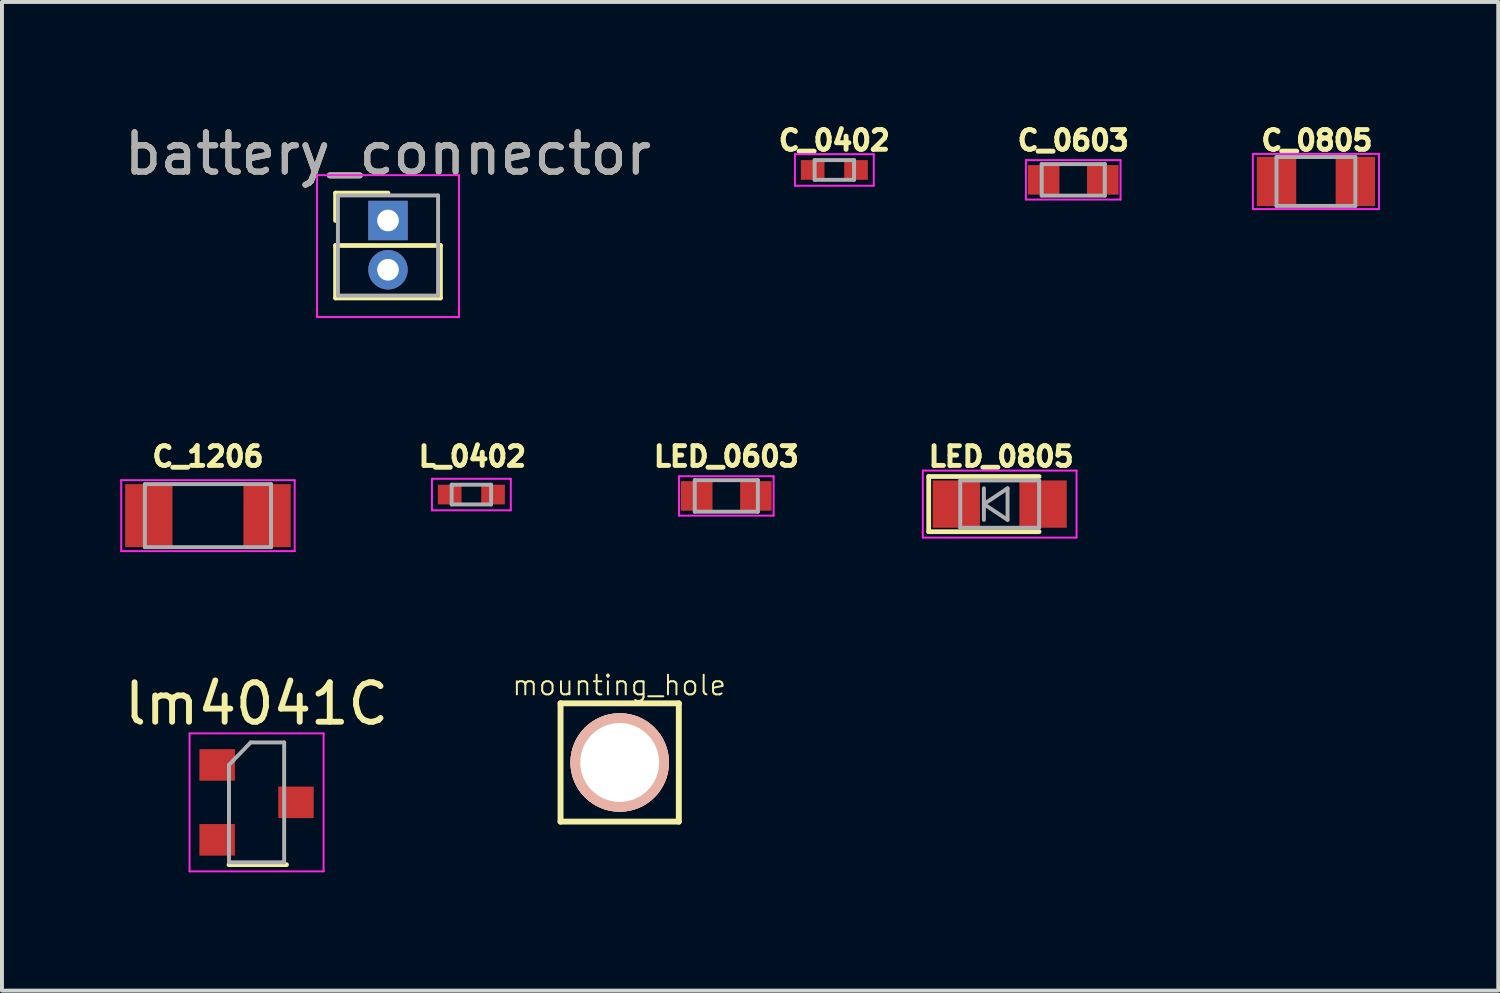
<source format=kicad_pcb>
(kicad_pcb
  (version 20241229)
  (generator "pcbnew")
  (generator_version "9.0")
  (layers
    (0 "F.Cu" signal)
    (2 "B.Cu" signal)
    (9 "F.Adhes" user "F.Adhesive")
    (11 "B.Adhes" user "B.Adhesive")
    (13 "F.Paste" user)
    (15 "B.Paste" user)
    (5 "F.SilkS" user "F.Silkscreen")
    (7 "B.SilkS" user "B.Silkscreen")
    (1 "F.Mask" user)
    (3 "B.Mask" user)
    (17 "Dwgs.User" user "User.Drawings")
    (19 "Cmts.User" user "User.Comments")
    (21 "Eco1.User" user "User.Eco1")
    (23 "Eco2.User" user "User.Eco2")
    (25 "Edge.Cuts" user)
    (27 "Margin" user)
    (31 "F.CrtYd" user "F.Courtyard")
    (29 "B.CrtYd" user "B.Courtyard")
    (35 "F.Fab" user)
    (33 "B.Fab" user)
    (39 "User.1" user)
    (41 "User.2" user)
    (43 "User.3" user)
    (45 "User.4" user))
  (footprint "LED_0603"
    (layer "F.Cu")
    (at 15.374 9.53)
    (property "Reference" "LED_0603" (at 0 -1 0) (layer "F.SilkS") (effects (font (size 0.5 0.5) (thickness 0.125))))
    (attr smd)
    (fp_line (start -1.2 -0.5) (end -1.2 0.5) (stroke (width 0.05) (type solid)) (layer "F.CrtYd"))
    (fp_line (start -1.2 -0.5) (end 1.2 -0.5) (stroke (width 0.05) (type solid)) (layer "F.CrtYd"))
    (fp_line (start 1.2 0.5) (end -1.2 0.5) (stroke (width 0.05) (type solid)) (layer "F.CrtYd"))
    (fp_line (start 1.2 0.5) (end 1.2 -0.5) (stroke (width 0.05) (type solid)) (layer "F.CrtYd"))
    (fp_line (start -0.8 -0.4) (end 0.8 -0.4) (stroke (width 0.1) (type solid)) (layer "F.Fab"))
    (fp_line (start -0.8 0.4) (end -0.8 -0.4) (stroke (width 0.1) (type solid)) (layer "F.Fab"))
    (fp_line (start 0.8 -0.4) (end 0.8 0.4) (stroke (width 0.1) (type solid)) (layer "F.Fab"))
    (fp_line (start 0.8 0.4) (end -0.8 0.4) (stroke (width 0.1) (type solid)) (layer "F.Fab"))
    (pad "1" smd rect (at -0.75 0) (size 0.8 0.75) (layers "F.Cu" "F.Mask" "F.Paste"))
    (pad "2" smd rect (at 0.75 0) (size 0.8 0.75) (layers "F.Cu" "F.Mask" "F.Paste")))
  (footprint "C_0805"
    (layer "F.Cu")
    (at 30.33 1.553)
    (property "Reference" "C_0805" (at 0.025 -1.041 0) (layer "F.SilkS") (effects (font (size 0.5 0.5) (thickness 0.125))))
    (attr smd)
    (fp_line (start -1.6 -0.7) (end -1.6 0.7) (stroke (width 0.05) (type solid)) (layer "F.CrtYd"))
    (fp_line (start -1.6 -0.7) (end 1.6 -0.7) (stroke (width 0.05) (type solid)) (layer "F.CrtYd"))
    (fp_line (start 1.6 0.7) (end -1.6 0.7) (stroke (width 0.05) (type solid)) (layer "F.CrtYd"))
    (fp_line (start 1.6 0.7) (end 1.6 -0.7) (stroke (width 0.05) (type solid)) (layer "F.CrtYd"))
    (fp_line (start -1 -0.62) (end 1 -0.62) (stroke (width 0.1) (type solid)) (layer "F.Fab"))
    (fp_line (start -1 0.62) (end -1 -0.62) (stroke (width 0.1) (type solid)) (layer "F.Fab"))
    (fp_line (start 1 -0.62) (end 1 0.62) (stroke (width 0.1) (type solid)) (layer "F.Fab"))
    (fp_line (start 1 0.62) (end -1 0.62) (stroke (width 0.1) (type solid)) (layer "F.Fab"))
    (pad "1" smd rect (at -1 0) (size 1 1.25) (layers "F.Cu" "F.Mask" "F.Paste"))
    (pad "2" smd rect (at 1 0) (size 1 1.25) (layers "F.Cu" "F.Mask" "F.Paste")))
  (footprint "lm4041C"
    (layer "F.Cu")
    (at 3.458 17.303)
    (property "Reference" "lm4041C" (at 0 -2.5 0) (layer "F.SilkS") (effects (font (size 1 1) (thickness 0.15))))
    (attr smd)
    (fp_line (start 0.76 1.58) (end -0.7 1.58) (stroke (width 0.12) (type solid)) (layer "F.SilkS"))
    (fp_line (start -1.7 -1.75) (end 1.7 -1.75) (stroke (width 0.05) (type solid)) (layer "F.CrtYd"))
    (fp_line (start -1.7 1.75) (end -1.7 -1.75) (stroke (width 0.05) (type solid)) (layer "F.CrtYd"))
    (fp_line (start 1.7 -1.75) (end 1.7 1.75) (stroke (width 0.05) (type solid)) (layer "F.CrtYd"))
    (fp_line (start 1.7 1.75) (end -1.7 1.75) (stroke (width 0.05) (type solid)) (layer "F.CrtYd"))
    (fp_line (start -0.7 -0.95) (end -0.7 1.5) (stroke (width 0.1) (type solid)) (layer "F.Fab"))
    (fp_line (start -0.7 -0.95) (end -0.15 -1.52) (stroke (width 0.1) (type solid)) (layer "F.Fab"))
    (fp_line (start -0.7 1.52) (end 0.7 1.52) (stroke (width 0.1) (type solid)) (layer "F.Fab"))
    (fp_line (start -0.15 -1.52) (end 0.7 -1.52) (stroke (width 0.1) (type solid)) (layer "F.Fab"))
    (fp_line (start 0.7 -1.52) (end 0.7 1.52) (stroke (width 0.1) (type solid)) (layer "F.Fab"))
    (pad "1" smd rect (at -1 -0.95) (size 0.9 0.8) (layers "F.Cu" "F.Mask" "F.Paste"))
    (pad "2" smd rect (at -1 0.95) (size 0.9 0.8) (layers "F.Cu" "F.Mask" "F.Paste"))
    (pad "3" smd rect (at 1 0) (size 0.9 0.8) (layers "F.Cu" "F.Mask" "F.Paste")))
  (footprint "C_0603"
    (layer "F.Cu")
    (at 24.174 1.512)
    (property "Reference" "C_0603" (at 0 -1 0) (layer "F.SilkS") (effects (font (size 0.5 0.5) (thickness 0.125))))
    (attr smd)
    (fp_line (start -1.2 -0.5) (end -1.2 0.5) (stroke (width 0.05) (type solid)) (layer "F.CrtYd"))
    (fp_line (start -1.2 -0.5) (end 1.2 -0.5) (stroke (width 0.05) (type solid)) (layer "F.CrtYd"))
    (fp_line (start 1.2 0.5) (end -1.2 0.5) (stroke (width 0.05) (type solid)) (layer "F.CrtYd"))
    (fp_line (start 1.2 0.5) (end 1.2 -0.5) (stroke (width 0.05) (type solid)) (layer "F.CrtYd"))
    (fp_line (start -0.8 -0.4) (end 0.8 -0.4) (stroke (width 0.1) (type solid)) (layer "F.Fab"))
    (fp_line (start -0.8 0.4) (end -0.8 -0.4) (stroke (width 0.1) (type solid)) (layer "F.Fab"))
    (fp_line (start 0.8 -0.4) (end 0.8 0.4) (stroke (width 0.1) (type solid)) (layer "F.Fab"))
    (fp_line (start 0.8 0.4) (end -0.8 0.4) (stroke (width 0.1) (type solid)) (layer "F.Fab"))
    (pad "1" smd rect (at -0.75 0) (size 0.8 0.75) (layers "F.Cu" "F.Mask" "F.Paste"))
    (pad "2" smd rect (at 0.75 0) (size 0.8 0.75) (layers "F.Cu" "F.Mask" "F.Paste")))
  (footprint "mounting_hole"
    (layer "F.Cu")
    (at 12.669 16.291)
    (property "Reference" "mounting_hole" (at -0.013 -1.956 0) (layer "F.SilkS") (effects (font (size 0.5 0.5) (thickness 0.05))))
    (attr through_hole)
    (fp_line (start -1.5 -1.5) (end -1.5 1.5) (stroke (width 0.15) (type solid)) (layer "F.SilkS"))
    (fp_line (start -1.5 1.5) (end 1.5 1.5) (stroke (width 0.15) (type solid)) (layer "F.SilkS"))
    (fp_line (start 1.5 -1.5) (end -1.5 -1.5) (stroke (width 0.15) (type solid)) (layer "F.SilkS"))
    (fp_line (start 1.5 1.5) (end 1.5 -1.5) (stroke (width 0.15) (type solid)) (layer "F.SilkS"))
    (pad "1" thru_hole circle (at 0 0) (size 2.5 2.5) (drill 2) (layers "*.Cu" "*.SilkS" "*.Mask")))
  (footprint "LED_0805"
    (layer "F.Cu")
    (at 22.308 9.737)
    (property "Reference" "LED_0805" (at 0.038 -1.206 0) (layer "F.SilkS") (effects (font (size 0.5 0.5) (thickness 0.125))))
    (attr smd)
    (fp_line (start -1.8 -0.7) (end -1.8 0.7) (stroke (width 0.12) (type solid)) (layer "F.SilkS"))
    (fp_line (start -1.8 -0.7) (end 1 -0.7) (stroke (width 0.12) (type solid)) (layer "F.SilkS"))
    (fp_line (start -1.8 0.7) (end 1 0.7) (stroke (width 0.12) (type solid)) (layer "F.SilkS"))
    (fp_line (start -1.95 -0.85) (end 1.95 -0.85) (stroke (width 0.05) (type solid)) (layer "F.CrtYd"))
    (fp_line (start -1.95 0.85) (end -1.95 -0.85) (stroke (width 0.05) (type solid)) (layer "F.CrtYd"))
    (fp_line (start 1.95 -0.85) (end 1.95 0.85) (stroke (width 0.05) (type solid)) (layer "F.CrtYd"))
    (fp_line (start 1.95 0.85) (end -1.95 0.85) (stroke (width 0.05) (type solid)) (layer "F.CrtYd"))
    (fp_line (start -1 -0.6) (end 1 -0.6) (stroke (width 0.1) (type solid)) (layer "F.Fab"))
    (fp_line (start -1 0.6) (end -1 -0.6) (stroke (width 0.1) (type solid)) (layer "F.Fab"))
    (fp_line (start -0.4 -0.4) (end -0.4 0.4) (stroke (width 0.1) (type solid)) (layer "F.Fab"))
    (fp_line (start -0.4 0) (end 0.2 -0.4) (stroke (width 0.1) (type solid)) (layer "F.Fab"))
    (fp_line (start 0.2 -0.4) (end 0.2 0.4) (stroke (width 0.1) (type solid)) (layer "F.Fab"))
    (fp_line (start 0.2 0.4) (end -0.4 0) (stroke (width 0.1) (type solid)) (layer "F.Fab"))
    (fp_line (start 1 -0.6) (end 1 0.6) (stroke (width 0.1) (type solid)) (layer "F.Fab"))
    (fp_line (start 1 0.6) (end -1 0.6) (stroke (width 0.1) (type solid)) (layer "F.Fab"))
    (pad "1" smd rect (at -1.1 0 180) (size 1.2 1.2) (layers "F.Cu" "F.Mask" "F.Paste"))
    (pad "2" smd rect (at 1.1 0 180) (size 1.2 1.2) (layers "F.Cu" "F.Mask" "F.Paste")))
  (footprint "L_0402"
    (layer "F.Cu")
    (at 8.907 9.495)
    (property "Reference" "L_0402" (at 0.025 -0.965 0) (layer "F.SilkS") (effects (font (size 0.5 0.5) (thickness 0.125))))
    (attr smd)
    (fp_line (start -1 -0.4) (end -1 0.4) (stroke (width 0.05) (type solid)) (layer "F.CrtYd"))
    (fp_line (start -1 -0.4) (end 1 -0.4) (stroke (width 0.05) (type solid)) (layer "F.CrtYd"))
    (fp_line (start 1 0.4) (end -1 0.4) (stroke (width 0.05) (type solid)) (layer "F.CrtYd"))
    (fp_line (start 1 0.4) (end 1 -0.4) (stroke (width 0.05) (type solid)) (layer "F.CrtYd"))
    (fp_line (start -0.5 -0.25) (end 0.5 -0.25) (stroke (width 0.1) (type solid)) (layer "F.Fab"))
    (fp_line (start -0.5 0.25) (end -0.5 -0.25) (stroke (width 0.1) (type solid)) (layer "F.Fab"))
    (fp_line (start 0.5 -0.25) (end 0.5 0.25) (stroke (width 0.1) (type solid)) (layer "F.Fab"))
    (fp_line (start 0.5 0.25) (end -0.5 0.25) (stroke (width 0.1) (type solid)) (layer "F.Fab"))
    (pad "1" smd rect (at -0.55 0) (size 0.6 0.5) (layers "F.Cu" "F.Mask" "F.Paste"))
    (pad "2" smd rect (at 0.55 0) (size 0.6 0.5) (layers "F.Cu" "F.Mask" "F.Paste")))
  (footprint "battery_connector"
    (layer "F.Cu")
    (at 6.792 2.543)
    (property "Reference" "battery_connector" (at 0 -1.695 0) (layer "F.SilkS") (effects (font (size 1 1) (thickness 0.15))))
    (attr through_hole)
    (fp_line (start -1.33 -0.695) (end 0 -0.695) (stroke (width 0.12) (type solid)) (layer "F.SilkS"))
    (fp_line (start -1.33 0) (end -1.33 -0.695) (stroke (width 0.12) (type solid)) (layer "F.SilkS"))
    (fp_line (start -1.33 0.635) (end -1.33 1.965) (stroke (width 0.12) (type solid)) (layer "F.SilkS"))
    (fp_line (start -1.33 1.965) (end 1.33 1.965) (stroke (width 0.12) (type solid)) (layer "F.SilkS"))
    (fp_line (start 1.33 0.635) (end -1.33 0.635) (stroke (width 0.12) (type solid)) (layer "F.SilkS"))
    (fp_line (start 1.33 1.965) (end 1.33 0.635) (stroke (width 0.12) (type solid)) (layer "F.SilkS"))
    (fp_line (start -1.8 -1.15) (end -1.8 2.45) (stroke (width 0.05) (type solid)) (layer "F.CrtYd"))
    (fp_line (start -1.8 2.45) (end 1.8 2.45) (stroke (width 0.05) (type solid)) (layer "F.CrtYd"))
    (fp_line (start 1.8 -1.15) (end -1.8 -1.15) (stroke (width 0.05) (type solid)) (layer "F.CrtYd"))
    (fp_line (start 1.8 2.45) (end 1.8 -1.15) (stroke (width 0.05) (type solid)) (layer "F.CrtYd"))
    (fp_line (start -1.27 -0.635) (end -1.27 1.905) (stroke (width 0.1) (type solid)) (layer "F.Fab"))
    (fp_line (start -1.27 1.905) (end 1.27 1.905) (stroke (width 0.1) (type solid)) (layer "F.Fab"))
    (fp_line (start 1.27 -0.635) (end -1.27 -0.635) (stroke (width 0.1) (type solid)) (layer "F.Fab"))
    (fp_line (start 1.27 1.905) (end 1.27 -0.635) (stroke (width 0.1) (type solid)) (layer "F.Fab"))
    (fp_text user "${REFERENCE}" (at 0 -1.695 0) (layer "F.Fab") (effects (font (size 1 1) (thickness 0.15))))
    (pad "1" thru_hole rect (at 0 0) (size 1 1) (drill 0.55) (layers "*.Cu" "*.Mask"))
    (pad "2" thru_hole oval (at 0 1.25) (size 1 1) (drill 0.55) (layers "*.Cu" "*.Mask")))
  (footprint "C_0402"
    (layer "F.Cu")
    (at 18.114 1.261)
    (property "Reference" "C_0402" (at 0 -0.749 0) (layer "F.SilkS") (effects (font (size 0.5 0.5) (thickness 0.125))))
    (attr smd)
    (fp_line (start -1 -0.4) (end -1 0.4) (stroke (width 0.05) (type solid)) (layer "F.CrtYd"))
    (fp_line (start -1 -0.4) (end 1 -0.4) (stroke (width 0.05) (type solid)) (layer "F.CrtYd"))
    (fp_line (start 1 0.4) (end -1 0.4) (stroke (width 0.05) (type solid)) (layer "F.CrtYd"))
    (fp_line (start 1 0.4) (end 1 -0.4) (stroke (width 0.05) (type solid)) (layer "F.CrtYd"))
    (fp_line (start -0.5 -0.25) (end 0.5 -0.25) (stroke (width 0.1) (type solid)) (layer "F.Fab"))
    (fp_line (start -0.5 0.25) (end -0.5 -0.25) (stroke (width 0.1) (type solid)) (layer "F.Fab"))
    (fp_line (start 0.5 -0.25) (end 0.5 0.25) (stroke (width 0.1) (type solid)) (layer "F.Fab"))
    (fp_line (start 0.5 0.25) (end -0.5 0.25) (stroke (width 0.1) (type solid)) (layer "F.Fab"))
    (pad "1" smd rect (at -0.55 0) (size 0.6 0.5) (layers "F.Cu" "F.Mask" "F.Paste"))
    (pad "2" smd rect (at 0.55 0) (size 0.6 0.5) (layers "F.Cu" "F.Mask" "F.Paste")))
  (footprint "C_1206"
    (layer "F.Cu")
    (at 2.225 10.03)
    (property "Reference" "C_1206" (at 0 -1.5 0) (layer "F.SilkS") (effects (font (size 0.5 0.5) (thickness 0.125))))
    (attr smd)
    (fp_line (start -2.2 -0.9) (end -2.2 0.9) (stroke (width 0.05) (type solid)) (layer "F.CrtYd"))
    (fp_line (start -2.2 -0.9) (end 2.2 -0.9) (stroke (width 0.05) (type solid)) (layer "F.CrtYd"))
    (fp_line (start 2.2 0.9) (end -2.2 0.9) (stroke (width 0.05) (type solid)) (layer "F.CrtYd"))
    (fp_line (start 2.2 0.9) (end 2.2 -0.9) (stroke (width 0.05) (type solid)) (layer "F.CrtYd"))
    (fp_line (start -1.6 -0.8) (end 1.6 -0.8) (stroke (width 0.1) (type solid)) (layer "F.Fab"))
    (fp_line (start -1.6 0.8) (end -1.6 -0.8) (stroke (width 0.1) (type solid)) (layer "F.Fab"))
    (fp_line (start 1.6 -0.8) (end 1.6 0.8) (stroke (width 0.1) (type solid)) (layer "F.Fab"))
    (fp_line (start 1.6 0.8) (end -1.6 0.8) (stroke (width 0.1) (type solid)) (layer "F.Fab"))
    (pad "1" smd rect (at -1.5 0) (size 1.2 1.6) (layers "F.Cu" "F.Mask" "F.Paste"))
    (pad "2" smd rect (at 1.5 0) (size 1.2 1.6) (layers "F.Cu" "F.Mask" "F.Paste")))
  (gr_rect
    (start -3 -3)
    (end 34.955 22.078)
    (stroke (width 0.1) (type default))
    (fill no)
    (layer "Edge.Cuts")))
</source>
